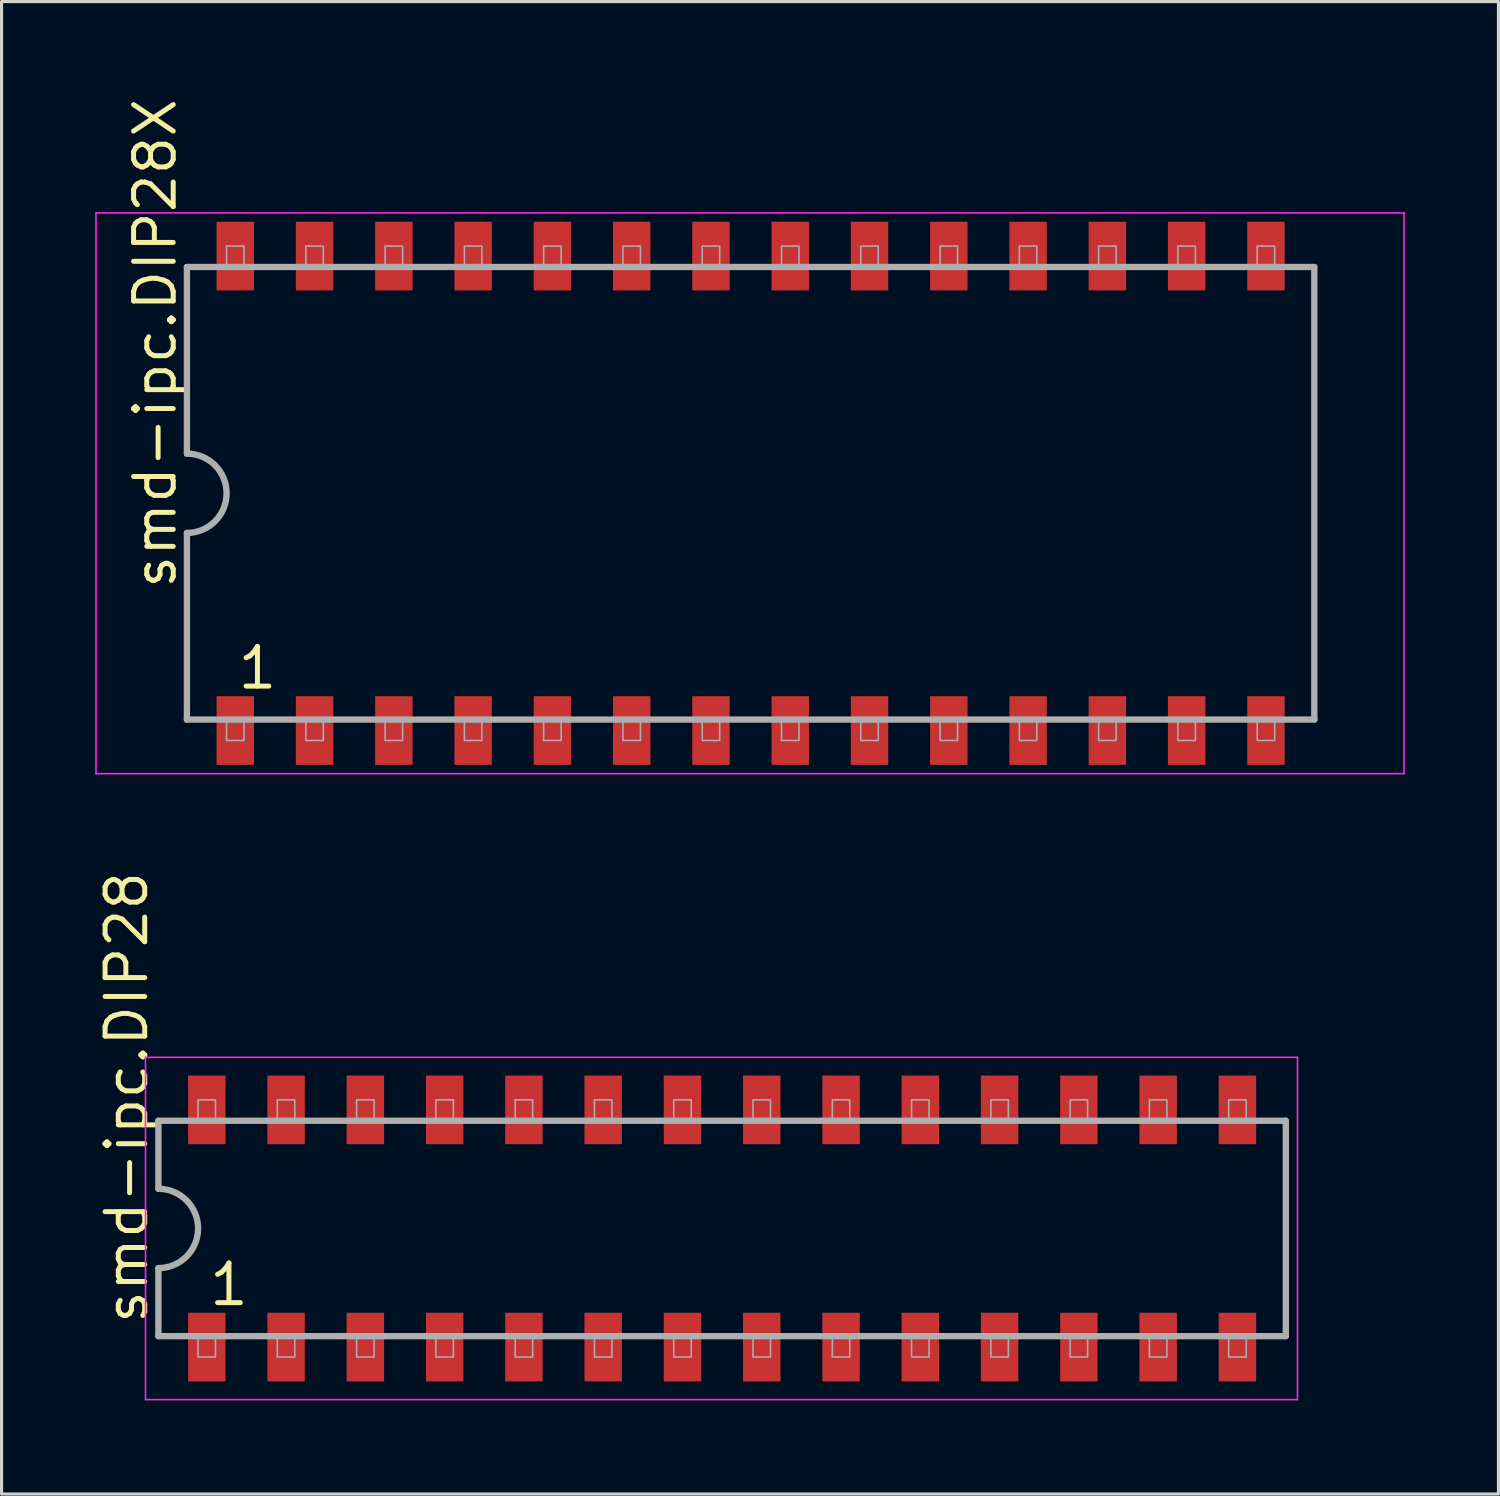
<source format=kicad_pcb>
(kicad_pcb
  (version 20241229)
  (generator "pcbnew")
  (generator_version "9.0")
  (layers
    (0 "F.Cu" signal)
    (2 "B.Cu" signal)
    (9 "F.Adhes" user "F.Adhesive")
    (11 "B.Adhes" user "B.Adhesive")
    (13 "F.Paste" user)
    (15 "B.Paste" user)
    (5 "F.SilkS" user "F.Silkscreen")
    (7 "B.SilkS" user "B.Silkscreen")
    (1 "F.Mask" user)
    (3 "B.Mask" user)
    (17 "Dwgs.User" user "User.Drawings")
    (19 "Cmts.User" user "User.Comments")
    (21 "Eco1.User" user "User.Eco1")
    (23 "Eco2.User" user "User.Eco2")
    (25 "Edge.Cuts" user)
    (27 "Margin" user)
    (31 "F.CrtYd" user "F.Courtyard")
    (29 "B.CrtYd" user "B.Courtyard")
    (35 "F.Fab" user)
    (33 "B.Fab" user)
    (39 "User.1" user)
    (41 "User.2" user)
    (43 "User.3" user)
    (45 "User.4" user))
  (footprint "smd-ipc.DIP28"
    (layer "F.Cu")
    (at 20.085 36.307)
    (property "Reference" "smd-ipc.DIP28" (at -18.335 3.135 90) (layer "F.SilkS") (effects (font (size 1.27 1.27) (thickness 0.16)) (justify left bottom)))
    (attr smd)
    (fp_line (start -18.473 -5.483) (end 18.433 -5.483) (stroke (width 0.051) (type default)) (layer "F.CrtYd"))
    (fp_line (start -18.473 5.483) (end -18.473 -5.483) (stroke (width 0.051) (type default)) (layer "F.CrtYd"))
    (fp_line (start 18.433 -5.483) (end 18.433 5.483) (stroke (width 0.051) (type default)) (layer "F.CrtYd"))
    (fp_line (start 18.433 5.483) (end -18.473 5.483) (stroke (width 0.051) (type default)) (layer "F.CrtYd"))
    (fp_line (start -18.06 -3.45) (end -18.06 -1.27) (stroke (width 0.203) (type default)) (layer "F.Fab"))
    (fp_line (start -18.06 1.27) (end -18.06 3.45) (stroke (width 0.203) (type default)) (layer "F.Fab"))
    (fp_line (start -18.06 3.45) (end 18.06 3.45) (stroke (width 0.203) (type default)) (layer "F.Fab"))
    (fp_line (start 18.06 -3.45) (end -18.06 -3.45) (stroke (width 0.203) (type default)) (layer "F.Fab"))
    (fp_line (start 18.06 3.45) (end 18.06 -3.45) (stroke (width 0.203) (type default)) (layer "F.Fab"))
    (fp_rect (start -16.79 -3.45) (end -16.23 -4.12) (stroke (width 0.05) (type default)) (fill no) (layer "F.Fab"))
    (fp_rect (start -16.79 4.12) (end -16.23 3.45) (stroke (width 0.05) (type default)) (fill no) (layer "F.Fab"))
    (fp_rect (start -14.25 -3.45) (end -13.69 -4.12) (stroke (width 0.05) (type default)) (fill no) (layer "F.Fab"))
    (fp_rect (start -14.25 4.12) (end -13.69 3.45) (stroke (width 0.05) (type default)) (fill no) (layer "F.Fab"))
    (fp_rect (start -11.71 -3.45) (end -11.15 -4.12) (stroke (width 0.05) (type default)) (fill no) (layer "F.Fab"))
    (fp_rect (start -11.71 4.12) (end -11.15 3.45) (stroke (width 0.05) (type default)) (fill no) (layer "F.Fab"))
    (fp_rect (start -9.17 -3.45) (end -8.61 -4.12) (stroke (width 0.05) (type default)) (fill no) (layer "F.Fab"))
    (fp_rect (start -9.17 4.12) (end -8.61 3.45) (stroke (width 0.05) (type default)) (fill no) (layer "F.Fab"))
    (fp_rect (start -6.63 -3.45) (end -6.07 -4.12) (stroke (width 0.05) (type default)) (fill no) (layer "F.Fab"))
    (fp_rect (start -6.63 4.12) (end -6.07 3.45) (stroke (width 0.05) (type default)) (fill no) (layer "F.Fab"))
    (fp_rect (start -4.09 -3.45) (end -3.53 -4.12) (stroke (width 0.05) (type default)) (fill no) (layer "F.Fab"))
    (fp_rect (start -4.09 4.12) (end -3.53 3.45) (stroke (width 0.05) (type default)) (fill no) (layer "F.Fab"))
    (fp_rect (start -1.55 -3.45) (end -0.99 -4.12) (stroke (width 0.05) (type default)) (fill no) (layer "F.Fab"))
    (fp_rect (start -1.55 4.12) (end -0.99 3.45) (stroke (width 0.05) (type default)) (fill no) (layer "F.Fab"))
    (fp_rect (start 0.99 -3.45) (end 1.55 -4.12) (stroke (width 0.05) (type default)) (fill no) (layer "F.Fab"))
    (fp_rect (start 0.99 4.12) (end 1.55 3.45) (stroke (width 0.05) (type default)) (fill no) (layer "F.Fab"))
    (fp_rect (start 3.53 -3.45) (end 4.09 -4.12) (stroke (width 0.05) (type default)) (fill no) (layer "F.Fab"))
    (fp_rect (start 3.53 4.12) (end 4.09 3.45) (stroke (width 0.05) (type default)) (fill no) (layer "F.Fab"))
    (fp_rect (start 6.07 -3.45) (end 6.63 -4.12) (stroke (width 0.05) (type default)) (fill no) (layer "F.Fab"))
    (fp_rect (start 6.07 4.12) (end 6.63 3.45) (stroke (width 0.05) (type default)) (fill no) (layer "F.Fab"))
    (fp_rect (start 8.61 -3.45) (end 9.17 -4.12) (stroke (width 0.05) (type default)) (fill no) (layer "F.Fab"))
    (fp_rect (start 8.61 4.12) (end 9.17 3.45) (stroke (width 0.05) (type default)) (fill no) (layer "F.Fab"))
    (fp_rect (start 11.15 -3.45) (end 11.71 -4.12) (stroke (width 0.05) (type default)) (fill no) (layer "F.Fab"))
    (fp_rect (start 11.15 4.12) (end 11.71 3.45) (stroke (width 0.05) (type default)) (fill no) (layer "F.Fab"))
    (fp_rect (start 13.69 -3.45) (end 14.25 -4.12) (stroke (width 0.05) (type default)) (fill no) (layer "F.Fab"))
    (fp_rect (start 13.69 4.12) (end 14.25 3.45) (stroke (width 0.05) (type default)) (fill no) (layer "F.Fab"))
    (fp_rect (start 16.23 -3.45) (end 16.79 -4.12) (stroke (width 0.05) (type default)) (fill no) (layer "F.Fab"))
    (fp_rect (start 16.23 4.12) (end 16.79 3.45) (stroke (width 0.05) (type default)) (fill no) (layer "F.Fab"))
    (fp_arc (start -18.0584 -1.27) (mid -16.7884 0) (end -18.0584 1.27) (stroke (width 0.2032) (type default)) (layer "F.Fab"))
    (fp_text user "1" (at -16.51 2.54 0) (layer "F.SilkS") (effects (font (size 1.27 1.27) (thickness 0.16)) (justify left bottom)))
    (pad "1" smd roundrect (at -16.51 3.8) (size 1.2 2.2) (layers "F.Cu" "F.Mask" "F.Paste") (roundrect_rratio 0.01))
    (pad "2" smd roundrect (at -13.97 3.8) (size 1.2 2.2) (layers "F.Cu" "F.Mask" "F.Paste") (roundrect_rratio 0.01))
    (pad "3" smd roundrect (at -11.43 3.8) (size 1.2 2.2) (layers "F.Cu" "F.Mask" "F.Paste") (roundrect_rratio 0.01))
    (pad "4" smd roundrect (at -8.89 3.8) (size 1.2 2.2) (layers "F.Cu" "F.Mask" "F.Paste") (roundrect_rratio 0.01))
    (pad "5" smd roundrect (at -6.35 3.8) (size 1.2 2.2) (layers "F.Cu" "F.Mask" "F.Paste") (roundrect_rratio 0.01))
    (pad "6" smd roundrect (at -3.81 3.8) (size 1.2 2.2) (layers "F.Cu" "F.Mask" "F.Paste") (roundrect_rratio 0.01))
    (pad "7" smd roundrect (at -1.27 3.8) (size 1.2 2.2) (layers "F.Cu" "F.Mask" "F.Paste") (roundrect_rratio 0.01))
    (pad "8" smd roundrect (at 1.27 3.8) (size 1.2 2.2) (layers "F.Cu" "F.Mask" "F.Paste") (roundrect_rratio 0.01))
    (pad "9" smd roundrect (at 3.81 3.8) (size 1.2 2.2) (layers "F.Cu" "F.Mask" "F.Paste") (roundrect_rratio 0.01))
    (pad "10" smd roundrect (at 6.35 3.8) (size 1.2 2.2) (layers "F.Cu" "F.Mask" "F.Paste") (roundrect_rratio 0.01))
    (pad "11" smd roundrect (at 8.89 3.8) (size 1.2 2.2) (layers "F.Cu" "F.Mask" "F.Paste") (roundrect_rratio 0.01))
    (pad "12" smd roundrect (at 11.43 3.8) (size 1.2 2.2) (layers "F.Cu" "F.Mask" "F.Paste") (roundrect_rratio 0.01))
    (pad "13" smd roundrect (at 13.97 3.8) (size 1.2 2.2) (layers "F.Cu" "F.Mask" "F.Paste") (roundrect_rratio 0.01))
    (pad "14" smd roundrect (at 16.51 3.8) (size 1.2 2.2) (layers "F.Cu" "F.Mask" "F.Paste") (roundrect_rratio 0.01))
    (pad "15" smd roundrect (at 16.51 -3.8) (size 1.2 2.2) (layers "F.Cu" "F.Mask" "F.Paste") (roundrect_rratio 0.01))
    (pad "16" smd roundrect (at 13.97 -3.8) (size 1.2 2.2) (layers "F.Cu" "F.Mask" "F.Paste") (roundrect_rratio 0.01))
    (pad "17" smd roundrect (at 11.43 -3.8) (size 1.2 2.2) (layers "F.Cu" "F.Mask" "F.Paste") (roundrect_rratio 0.01))
    (pad "18" smd roundrect (at 8.89 -3.8) (size 1.2 2.2) (layers "F.Cu" "F.Mask" "F.Paste") (roundrect_rratio 0.01))
    (pad "19" smd roundrect (at 6.35 -3.8) (size 1.2 2.2) (layers "F.Cu" "F.Mask" "F.Paste") (roundrect_rratio 0.01))
    (pad "20" smd roundrect (at 3.81 -3.8) (size 1.2 2.2) (layers "F.Cu" "F.Mask" "F.Paste") (roundrect_rratio 0.01))
    (pad "21" smd roundrect (at 1.27 -3.8) (size 1.2 2.2) (layers "F.Cu" "F.Mask" "F.Paste") (roundrect_rratio 0.01))
    (pad "22" smd roundrect (at -1.27 -3.8) (size 1.2 2.2) (layers "F.Cu" "F.Mask" "F.Paste") (roundrect_rratio 0.01))
    (pad "23" smd roundrect (at -3.81 -3.8) (size 1.2 2.2) (layers "F.Cu" "F.Mask" "F.Paste") (roundrect_rratio 0.01))
    (pad "24" smd roundrect (at -6.35 -3.8) (size 1.2 2.2) (layers "F.Cu" "F.Mask" "F.Paste") (roundrect_rratio 0.01))
    (pad "25" smd roundrect (at -8.89 -3.8) (size 1.2 2.2) (layers "F.Cu" "F.Mask" "F.Paste") (roundrect_rratio 0.01))
    (pad "26" smd roundrect (at -11.43 -3.8) (size 1.2 2.2) (layers "F.Cu" "F.Mask" "F.Paste") (roundrect_rratio 0.01))
    (pad "27" smd roundrect (at -13.97 -3.8) (size 1.2 2.2) (layers "F.Cu" "F.Mask" "F.Paste") (roundrect_rratio 0.01))
    (pad "28" smd roundrect (at -16.51 -3.8) (size 1.2 2.2) (layers "F.Cu" "F.Mask" "F.Paste") (roundrect_rratio 0.01)))
  (footprint "smd-ipc.DIP28X"
    (layer "F.Cu")
    (at 20.998 12.754)
    (property "Reference" "smd-ipc.DIP28X" (at -18.335 3.135 90) (layer "F.SilkS") (effects (font (size 1.27 1.27) (thickness 0.16)) (justify left bottom)))
    (attr smd)
    (fp_line (start -20.973 -8.983) (end 20.933 -8.983) (stroke (width 0.051) (type default)) (layer "F.CrtYd"))
    (fp_line (start -20.973 8.983) (end -20.973 -8.983) (stroke (width 0.051) (type default)) (layer "F.CrtYd"))
    (fp_line (start 20.933 -8.983) (end 20.933 8.983) (stroke (width 0.051) (type default)) (layer "F.CrtYd"))
    (fp_line (start 20.933 8.983) (end -20.973 8.983) (stroke (width 0.051) (type default)) (layer "F.CrtYd"))
    (fp_line (start -18.06 -7.25) (end -18.06 -1.27) (stroke (width 0.203) (type default)) (layer "F.Fab"))
    (fp_line (start -18.06 1.27) (end -18.06 7.25) (stroke (width 0.203) (type default)) (layer "F.Fab"))
    (fp_line (start -18.06 7.25) (end 18.06 7.25) (stroke (width 0.203) (type default)) (layer "F.Fab"))
    (fp_line (start 18.06 -7.25) (end -18.06 -7.25) (stroke (width 0.203) (type default)) (layer "F.Fab"))
    (fp_line (start 18.06 7.25) (end 18.06 -7.25) (stroke (width 0.203) (type default)) (layer "F.Fab"))
    (fp_rect (start -16.79 -7.25) (end -16.23 -7.92) (stroke (width 0.05) (type default)) (fill no) (layer "F.Fab"))
    (fp_rect (start -16.79 7.92) (end -16.23 7.25) (stroke (width 0.05) (type default)) (fill no) (layer "F.Fab"))
    (fp_rect (start -14.25 -7.25) (end -13.69 -7.92) (stroke (width 0.05) (type default)) (fill no) (layer "F.Fab"))
    (fp_rect (start -14.25 7.92) (end -13.69 7.25) (stroke (width 0.05) (type default)) (fill no) (layer "F.Fab"))
    (fp_rect (start -11.71 -7.25) (end -11.15 -7.92) (stroke (width 0.05) (type default)) (fill no) (layer "F.Fab"))
    (fp_rect (start -11.71 7.92) (end -11.15 7.25) (stroke (width 0.05) (type default)) (fill no) (layer "F.Fab"))
    (fp_rect (start -9.17 -7.25) (end -8.61 -7.92) (stroke (width 0.05) (type default)) (fill no) (layer "F.Fab"))
    (fp_rect (start -9.17 7.92) (end -8.61 7.25) (stroke (width 0.05) (type default)) (fill no) (layer "F.Fab"))
    (fp_rect (start -6.63 -7.25) (end -6.07 -7.92) (stroke (width 0.05) (type default)) (fill no) (layer "F.Fab"))
    (fp_rect (start -6.63 7.92) (end -6.07 7.25) (stroke (width 0.05) (type default)) (fill no) (layer "F.Fab"))
    (fp_rect (start -4.09 -7.25) (end -3.53 -7.92) (stroke (width 0.05) (type default)) (fill no) (layer "F.Fab"))
    (fp_rect (start -4.09 7.92) (end -3.53 7.25) (stroke (width 0.05) (type default)) (fill no) (layer "F.Fab"))
    (fp_rect (start -1.55 -7.25) (end -0.99 -7.92) (stroke (width 0.05) (type default)) (fill no) (layer "F.Fab"))
    (fp_rect (start -1.55 7.92) (end -0.99 7.25) (stroke (width 0.05) (type default)) (fill no) (layer "F.Fab"))
    (fp_rect (start 0.99 -7.25) (end 1.55 -7.92) (stroke (width 0.05) (type default)) (fill no) (layer "F.Fab"))
    (fp_rect (start 0.99 7.92) (end 1.55 7.25) (stroke (width 0.05) (type default)) (fill no) (layer "F.Fab"))
    (fp_rect (start 3.53 -7.25) (end 4.09 -7.92) (stroke (width 0.05) (type default)) (fill no) (layer "F.Fab"))
    (fp_rect (start 3.53 7.92) (end 4.09 7.25) (stroke (width 0.05) (type default)) (fill no) (layer "F.Fab"))
    (fp_rect (start 6.07 -7.25) (end 6.63 -7.92) (stroke (width 0.05) (type default)) (fill no) (layer "F.Fab"))
    (fp_rect (start 6.07 7.92) (end 6.63 7.25) (stroke (width 0.05) (type default)) (fill no) (layer "F.Fab"))
    (fp_rect (start 8.61 -7.25) (end 9.17 -7.92) (stroke (width 0.05) (type default)) (fill no) (layer "F.Fab"))
    (fp_rect (start 8.61 7.92) (end 9.17 7.25) (stroke (width 0.05) (type default)) (fill no) (layer "F.Fab"))
    (fp_rect (start 11.15 -7.25) (end 11.71 -7.92) (stroke (width 0.05) (type default)) (fill no) (layer "F.Fab"))
    (fp_rect (start 11.15 7.92) (end 11.71 7.25) (stroke (width 0.05) (type default)) (fill no) (layer "F.Fab"))
    (fp_rect (start 13.69 -7.25) (end 14.25 -7.92) (stroke (width 0.05) (type default)) (fill no) (layer "F.Fab"))
    (fp_rect (start 13.69 7.92) (end 14.25 7.25) (stroke (width 0.05) (type default)) (fill no) (layer "F.Fab"))
    (fp_rect (start 16.23 -7.25) (end 16.79 -7.92) (stroke (width 0.05) (type default)) (fill no) (layer "F.Fab"))
    (fp_rect (start 16.23 7.92) (end 16.79 7.25) (stroke (width 0.05) (type default)) (fill no) (layer "F.Fab"))
    (fp_arc (start -18.0584 -1.27) (mid -16.7884 0) (end -18.0584 1.27) (stroke (width 0.2032) (type default)) (layer "F.Fab"))
    (fp_text user "1" (at -16.51 6.34 0) (layer "F.SilkS") (effects (font (size 1.27 1.27) (thickness 0.16)) (justify left bottom)))
    (pad "1" smd roundrect (at -16.51 7.6) (size 1.2 2.2) (layers "F.Cu" "F.Mask" "F.Paste") (roundrect_rratio 0.01))
    (pad "2" smd roundrect (at -13.97 7.6) (size 1.2 2.2) (layers "F.Cu" "F.Mask" "F.Paste") (roundrect_rratio 0.01))
    (pad "3" smd roundrect (at -11.43 7.6) (size 1.2 2.2) (layers "F.Cu" "F.Mask" "F.Paste") (roundrect_rratio 0.01))
    (pad "4" smd roundrect (at -8.89 7.6) (size 1.2 2.2) (layers "F.Cu" "F.Mask" "F.Paste") (roundrect_rratio 0.01))
    (pad "5" smd roundrect (at -6.35 7.6) (size 1.2 2.2) (layers "F.Cu" "F.Mask" "F.Paste") (roundrect_rratio 0.01))
    (pad "6" smd roundrect (at -3.81 7.6) (size 1.2 2.2) (layers "F.Cu" "F.Mask" "F.Paste") (roundrect_rratio 0.01))
    (pad "7" smd roundrect (at -1.27 7.6) (size 1.2 2.2) (layers "F.Cu" "F.Mask" "F.Paste") (roundrect_rratio 0.01))
    (pad "8" smd roundrect (at 1.27 7.6) (size 1.2 2.2) (layers "F.Cu" "F.Mask" "F.Paste") (roundrect_rratio 0.01))
    (pad "9" smd roundrect (at 3.81 7.6) (size 1.2 2.2) (layers "F.Cu" "F.Mask" "F.Paste") (roundrect_rratio 0.01))
    (pad "10" smd roundrect (at 6.35 7.6) (size 1.2 2.2) (layers "F.Cu" "F.Mask" "F.Paste") (roundrect_rratio 0.01))
    (pad "11" smd roundrect (at 8.89 7.6) (size 1.2 2.2) (layers "F.Cu" "F.Mask" "F.Paste") (roundrect_rratio 0.01))
    (pad "12" smd roundrect (at 11.43 7.6) (size 1.2 2.2) (layers "F.Cu" "F.Mask" "F.Paste") (roundrect_rratio 0.01))
    (pad "13" smd roundrect (at 13.97 7.6) (size 1.2 2.2) (layers "F.Cu" "F.Mask" "F.Paste") (roundrect_rratio 0.01))
    (pad "14" smd roundrect (at 16.51 7.6) (size 1.2 2.2) (layers "F.Cu" "F.Mask" "F.Paste") (roundrect_rratio 0.01))
    (pad "15" smd roundrect (at 16.51 -7.6) (size 1.2 2.2) (layers "F.Cu" "F.Mask" "F.Paste") (roundrect_rratio 0.01))
    (pad "16" smd roundrect (at 13.97 -7.6) (size 1.2 2.2) (layers "F.Cu" "F.Mask" "F.Paste") (roundrect_rratio 0.01))
    (pad "17" smd roundrect (at 11.43 -7.6) (size 1.2 2.2) (layers "F.Cu" "F.Mask" "F.Paste") (roundrect_rratio 0.01))
    (pad "18" smd roundrect (at 8.89 -7.6) (size 1.2 2.2) (layers "F.Cu" "F.Mask" "F.Paste") (roundrect_rratio 0.01))
    (pad "19" smd roundrect (at 6.35 -7.6) (size 1.2 2.2) (layers "F.Cu" "F.Mask" "F.Paste") (roundrect_rratio 0.01))
    (pad "20" smd roundrect (at 3.81 -7.6) (size 1.2 2.2) (layers "F.Cu" "F.Mask" "F.Paste") (roundrect_rratio 0.01))
    (pad "21" smd roundrect (at 1.27 -7.6) (size 1.2 2.2) (layers "F.Cu" "F.Mask" "F.Paste") (roundrect_rratio 0.01))
    (pad "22" smd roundrect (at -1.27 -7.6) (size 1.2 2.2) (layers "F.Cu" "F.Mask" "F.Paste") (roundrect_rratio 0.01))
    (pad "23" smd roundrect (at -3.81 -7.6) (size 1.2 2.2) (layers "F.Cu" "F.Mask" "F.Paste") (roundrect_rratio 0.01))
    (pad "24" smd roundrect (at -6.35 -7.6) (size 1.2 2.2) (layers "F.Cu" "F.Mask" "F.Paste") (roundrect_rratio 0.01))
    (pad "25" smd roundrect (at -8.89 -7.6) (size 1.2 2.2) (layers "F.Cu" "F.Mask" "F.Paste") (roundrect_rratio 0.01))
    (pad "26" smd roundrect (at -11.43 -7.6) (size 1.2 2.2) (layers "F.Cu" "F.Mask" "F.Paste") (roundrect_rratio 0.01))
    (pad "27" smd roundrect (at -13.97 -7.6) (size 1.2 2.2) (layers "F.Cu" "F.Mask" "F.Paste") (roundrect_rratio 0.01))
    (pad "28" smd roundrect (at -16.51 -7.6) (size 1.2 2.2) (layers "F.Cu" "F.Mask" "F.Paste") (roundrect_rratio 0.01)))
  (gr_rect
    (start -3 -3)
    (end 44.957 44.816)
    (stroke (width 0.1) (type default))
    (fill no)
    (layer "Edge.Cuts")))
</source>
